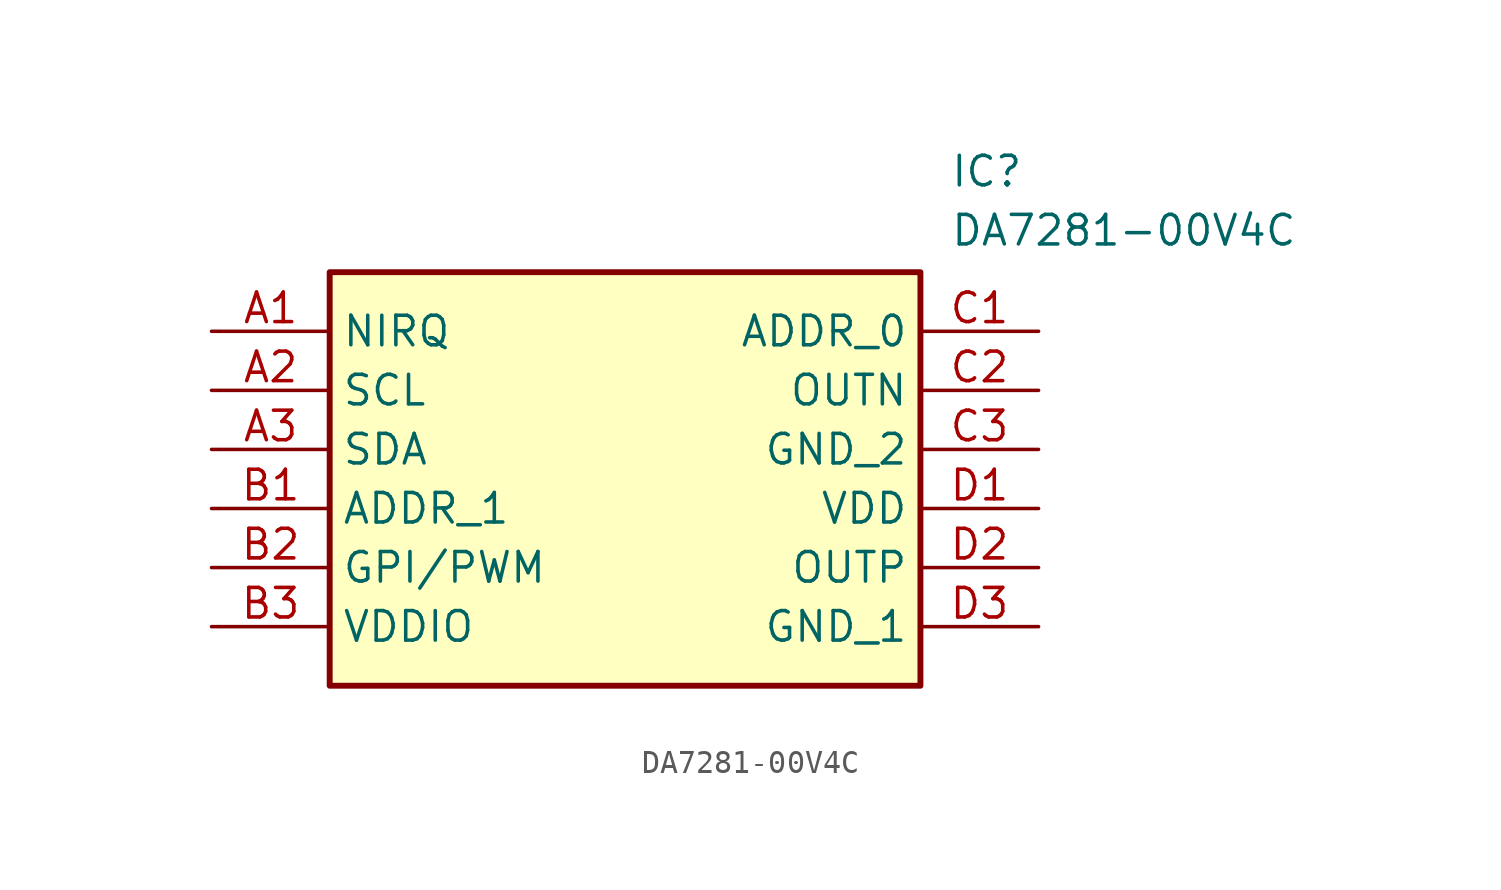
<source format=kicad_sym>
(kicad_symbol_lib
  (version 20211014)
  (generator SamacSys_ECAD_Model)
  (symbol "DA7281-00V4C"
    (property "Reference" "IC"
      (at 31.75 7.62 0)
      (effects (font (size 1.27 1.27)) (justify left top)))
    (property "Value" "DA7281-00V4C"
      (at 31.75 5.08 0)
      (effects (font (size 1.27 1.27)) (justify left top)))
    (rectangle
      (start 5.08 2.54)
      (end 30.48 -15.24)
      (stroke (width 0.254) (type default))
      (fill (type background)))
    (pin passive line
      (at 0 0 0)
      (length 5.08)
      (name "NIRQ" (effects (font (size 1.27 1.27))))
      (number "A1" (effects (font (size 1.27 1.27)))))
    (pin passive line
      (at 0 -2.54 0)
      (length 5.08)
      (name "SCL" (effects (font (size 1.27 1.27))))
      (number "A2" (effects (font (size 1.27 1.27)))))
    (pin passive line
      (at 0 -5.08 0)
      (length 5.08)
      (name "SDA" (effects (font (size 1.27 1.27))))
      (number "A3" (effects (font (size 1.27 1.27)))))
    (pin passive line
      (at 0 -7.62 0)
      (length 5.08)
      (name "ADDR_1" (effects (font (size 1.27 1.27))))
      (number "B1" (effects (font (size 1.27 1.27)))))
    (pin passive line
      (at 0 -10.16 0)
      (length 5.08)
      (name "GPI/PWM" (effects (font (size 1.27 1.27))))
      (number "B2" (effects (font (size 1.27 1.27)))))
    (pin passive line
      (at 0 -12.7 0)
      (length 5.08)
      (name "VDDIO" (effects (font (size 1.27 1.27))))
      (number "B3" (effects (font (size 1.27 1.27)))))
    (pin passive line
      (at 35.56 0 180)
      (length 5.08)
      (name "ADDR_0" (effects (font (size 1.27 1.27))))
      (number "C1" (effects (font (size 1.27 1.27)))))
    (pin passive line
      (at 35.56 -2.54 180)
      (length 5.08)
      (name "OUTN" (effects (font (size 1.27 1.27))))
      (number "C2" (effects (font (size 1.27 1.27)))))
    (pin passive line
      (at 35.56 -5.08 180)
      (length 5.08)
      (name "GND_2" (effects (font (size 1.27 1.27))))
      (number "C3" (effects (font (size 1.27 1.27)))))
    (pin passive line
      (at 35.56 -7.62 180)
      (length 5.08)
      (name "VDD" (effects (font (size 1.27 1.27))))
      (number "D1" (effects (font (size 1.27 1.27)))))
    (pin passive line
      (at 35.56 -10.16 180)
      (length 5.08)
      (name "OUTP" (effects (font (size 1.27 1.27))))
      (number "D2" (effects (font (size 1.27 1.27)))))
    (pin passive line
      (at 35.56 -12.7 180)
      (length 5.08)
      (name "GND_1" (effects (font (size 1.27 1.27))))
      (number "D3" (effects (font (size 1.27 1.27)))))))
</source>
